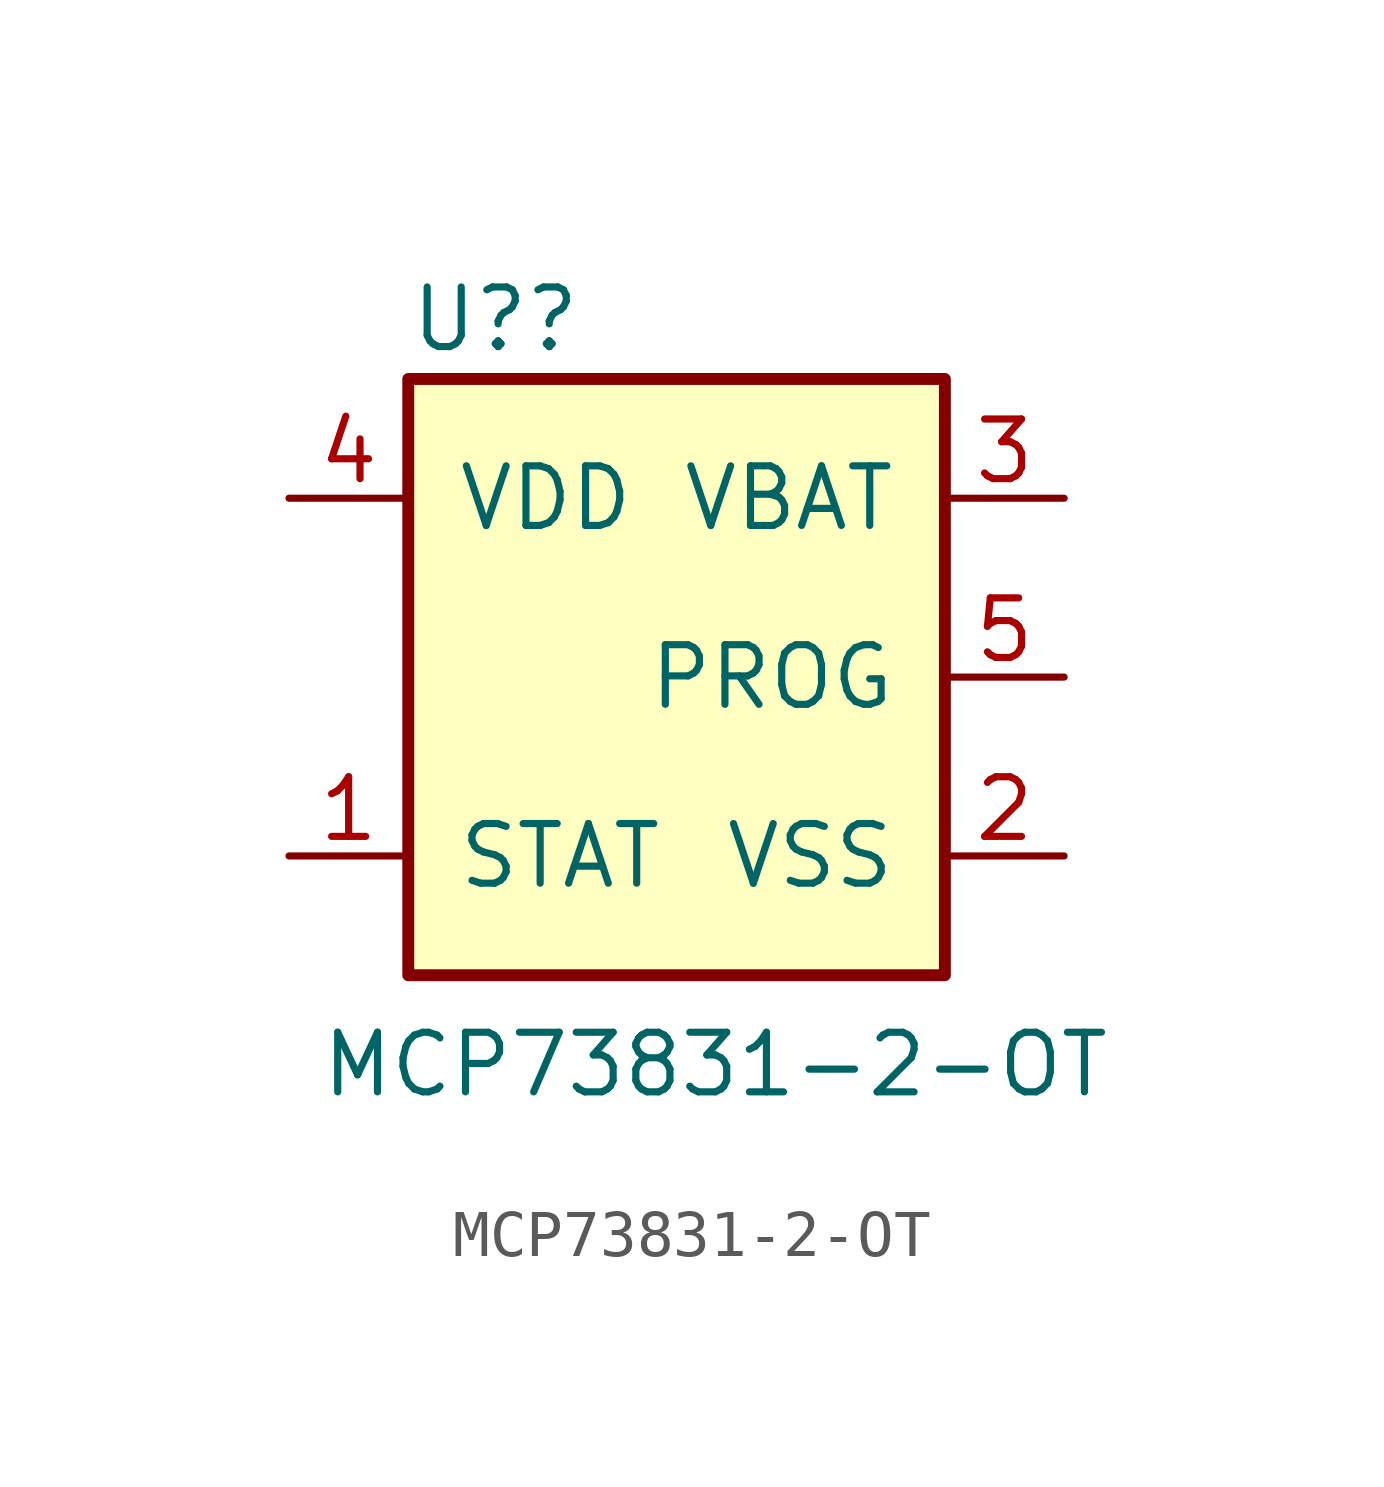
<source format=kicad_sym>
(kicad_symbol_lib
  (version 20211014)
  (generator kicad_symbol_editor)
  (symbol "MCP73831-2-OT"
    (pin_names
      (offset 1.016))
    (property "Reference" "U?"
      (at -7.62 6.35 0)
      (effects (font (size 1.27 1.27)) (justify left)))
    (property "Value" "MCP73831-2-OT"
      (at -9.525 -9.525 0)
      (effects (font (size 1.27 1.27)) (justify left)))
    (symbol "MCP73831-2-OT_0_1"
      (rectangle (start -7.62 5.08) (end 3.81 -7.62) (stroke (width 0.254) (type default) (color 0 0 0 0)) (fill (type background))))
    (symbol "MCP73831-2-OT_1_1"
      (pin output line (at -10.16 -5.08 0) (length 2.54) (name "STAT" (effects (font (size 1.27 1.27)))) (number "1" (effects (font (size 1.27 1.27)))))
      (pin power_in line (at 6.35 -5.08 180) (length 2.54) (name "VSS" (effects (font (size 1.27 1.27)))) (number "2" (effects (font (size 1.27 1.27)))))
      (pin power_out line (at 6.35 2.54 180) (length 2.54) (name "VBAT" (effects (font (size 1.27 1.27)))) (number "3" (effects (font (size 1.27 1.27)))))
      (pin power_in line (at -10.16 2.54 0) (length 2.54) (name "VDD" (effects (font (size 1.27 1.27)))) (number "4" (effects (font (size 1.27 1.27)))))
      (pin input line (at 6.35 -1.27 180) (length 2.54) (name "PROG" (effects (font (size 1.27 1.27)))) (number "5" (effects (font (size 1.27 1.27))))))))
</source>
